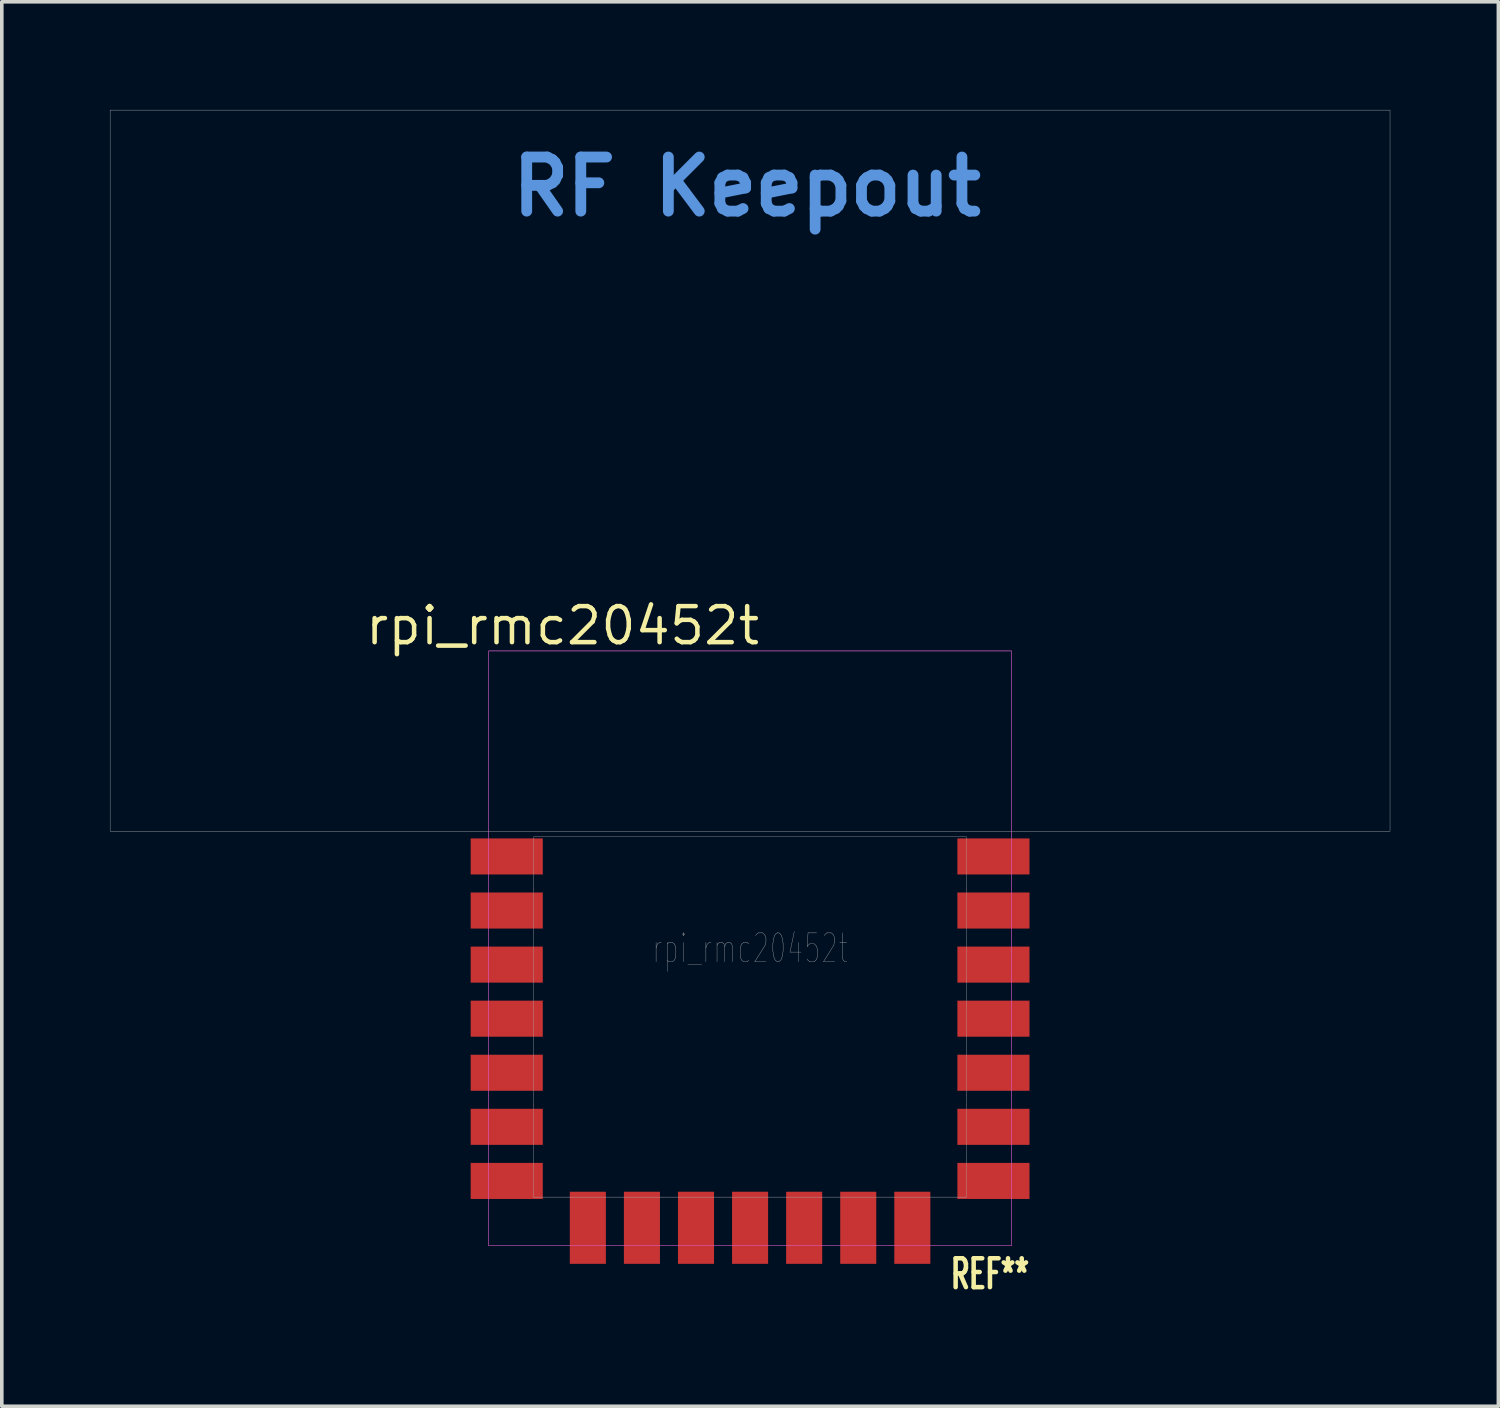
<source format=kicad_pcb>
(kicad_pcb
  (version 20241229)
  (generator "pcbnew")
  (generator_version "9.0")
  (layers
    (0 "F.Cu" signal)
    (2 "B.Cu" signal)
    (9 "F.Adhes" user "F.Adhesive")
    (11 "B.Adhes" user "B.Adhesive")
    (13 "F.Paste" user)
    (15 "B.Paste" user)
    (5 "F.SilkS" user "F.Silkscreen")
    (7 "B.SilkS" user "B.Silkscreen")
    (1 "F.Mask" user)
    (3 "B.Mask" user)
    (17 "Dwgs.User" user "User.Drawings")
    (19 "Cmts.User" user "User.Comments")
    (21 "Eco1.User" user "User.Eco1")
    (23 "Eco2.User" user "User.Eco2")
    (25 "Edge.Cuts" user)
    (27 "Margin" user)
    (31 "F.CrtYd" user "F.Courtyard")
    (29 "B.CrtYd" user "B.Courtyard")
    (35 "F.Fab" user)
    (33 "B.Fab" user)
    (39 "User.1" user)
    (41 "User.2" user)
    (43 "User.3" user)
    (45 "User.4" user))
  (footprint "rpi_rmc20452t"
    (layer "F.Cu")
    (at 17.755 23.255)
    (property "Reference" "rpi_rmc20452t" (at -5.2 -8.95 0) (unlocked yes) (layer "F.SilkS") (effects (font (size 1 1) (thickness 0.125) (bold yes))))
    (attr smd)
    (fp_rect (start -7.25 -8.25) (end 7.25 8.25) (stroke (width 0.01) (type default)) (fill no) (layer "F.CrtYd"))
    (fp_rect (start -17.75 -23.25) (end 17.75 -3.25) (stroke (width 0.01) (type default)) (fill no) (layer "F.Fab"))
    (fp_rect (start -7.25 -8.25) (end 7.25 8.25) (stroke (width 0.01) (type default)) (fill no) (layer "F.Fab"))
    (fp_poly (pts (xy -6 -3.1) (xy 6 -3.1) (xy 6 6.9) (xy -6 6.9)) (stroke (width 0.01) (type solid)) (fill no) (layer "F.Fab"))
    (fp_text user "REF**" (at 5.5 9.5 0) (unlocked yes) (layer "F.SilkS") (effects (font (size 0.8 0.5) (thickness 0.125) (bold yes)) (justify left bottom)))
    (fp_text user "RF Keepout" (at -6.75 -20.25 0) (unlocked yes) (layer "Cmts.User") (effects (font (size 1.5 1.5) (thickness 0.3) (bold yes)) (justify left bottom)))
    (fp_text user "${REFERENCE}" (at 0 0 0) (unlocked yes) (layer "F.Fab") (effects (font (size 0.8 0.5) (thickness 0.01) (bold yes))))
    (pad "1" smd rect (at -6.75 -2.55) (size 2 1) (layers "F.Cu" "F.Mask" "F.Paste"))
    (pad "2" smd rect (at -6.75 -1.05) (size 2 1) (layers "F.Cu" "F.Mask" "F.Paste"))
    (pad "3" smd rect (at -6.75 0.45) (size 2 1) (layers "F.Cu" "F.Mask" "F.Paste"))
    (pad "4" smd rect (at -6.75 1.95) (size 2 1) (layers "F.Cu" "F.Mask" "F.Paste"))
    (pad "5" smd rect (at -6.75 3.45) (size 2 1) (layers "F.Cu" "F.Mask" "F.Paste"))
    (pad "6" smd rect (at -6.75 4.95) (size 2 1) (layers "F.Cu" "F.Mask" "F.Paste"))
    (pad "7" smd rect (at -6.75 6.45) (size 2 1) (layers "F.Cu" "F.Mask" "F.Paste"))
    (pad "8" smd rect (at -4.5 7.75 90) (size 2 1) (layers "F.Cu" "F.Mask" "F.Paste"))
    (pad "9" smd rect (at -3 7.75 90) (size 2 1) (layers "F.Cu" "F.Mask" "F.Paste"))
    (pad "10" smd rect (at -1.5 7.75 90) (size 2 1) (layers "F.Cu" "F.Mask" "F.Paste"))
    (pad "11" smd rect (at 0 7.75 90) (size 2 1) (layers "F.Cu" "F.Mask" "F.Paste"))
    (pad "12" smd rect (at 1.5 7.75 90) (size 2 1) (layers "F.Cu" "F.Mask" "F.Paste"))
    (pad "13" smd rect (at 3 7.75 90) (size 2 1) (layers "F.Cu" "F.Mask" "F.Paste"))
    (pad "14" smd rect (at 4.5 7.75 90) (size 2 1) (layers "F.Cu" "F.Mask" "F.Paste"))
    (pad "15" smd rect (at 6.75 6.45 180) (size 2 1) (layers "F.Cu" "F.Mask" "F.Paste"))
    (pad "16" smd rect (at 6.75 4.95 180) (size 2 1) (layers "F.Cu" "F.Mask" "F.Paste"))
    (pad "17" smd rect (at 6.75 3.45 180) (size 2 1) (layers "F.Cu" "F.Mask" "F.Paste"))
    (pad "18" smd rect (at 6.75 1.95 180) (size 2 1) (layers "F.Cu" "F.Mask" "F.Paste"))
    (pad "19" smd rect (at 6.75 0.45 180) (size 2 1) (layers "F.Cu" "F.Mask" "F.Paste"))
    (pad "20" smd rect (at 6.75 -1.05 180) (size 2 1) (layers "F.Cu" "F.Mask" "F.Paste"))
    (pad "21" smd rect (at 6.75 -2.55 180) (size 2 1) (layers "F.Cu" "F.Mask" "F.Paste"))
    (zone (net_name "") (layers "F.Cu" "B.Cu") (name "RF Keepout") (hatch full 0.5) (connect_pads) (min_thickness 0.25) (filled_areas_thickness no) (keepout (tracks not_allowed) (vias not_allowed) (pads not_allowed) (copperpour not_allowed) (footprints allowed)) (placement (enabled no)) (fill) (polygon (pts (xy 0.005 0.005) (xy 35.505 0.005) (xy 35.505 20.005) (xy 0.005 20.005)))))
  (gr_rect
    (start -3 -3)
    (end 38.51 35.955)
    (stroke (width 0.1) (type default))
    (fill no)
    (layer "Edge.Cuts")))
</source>
